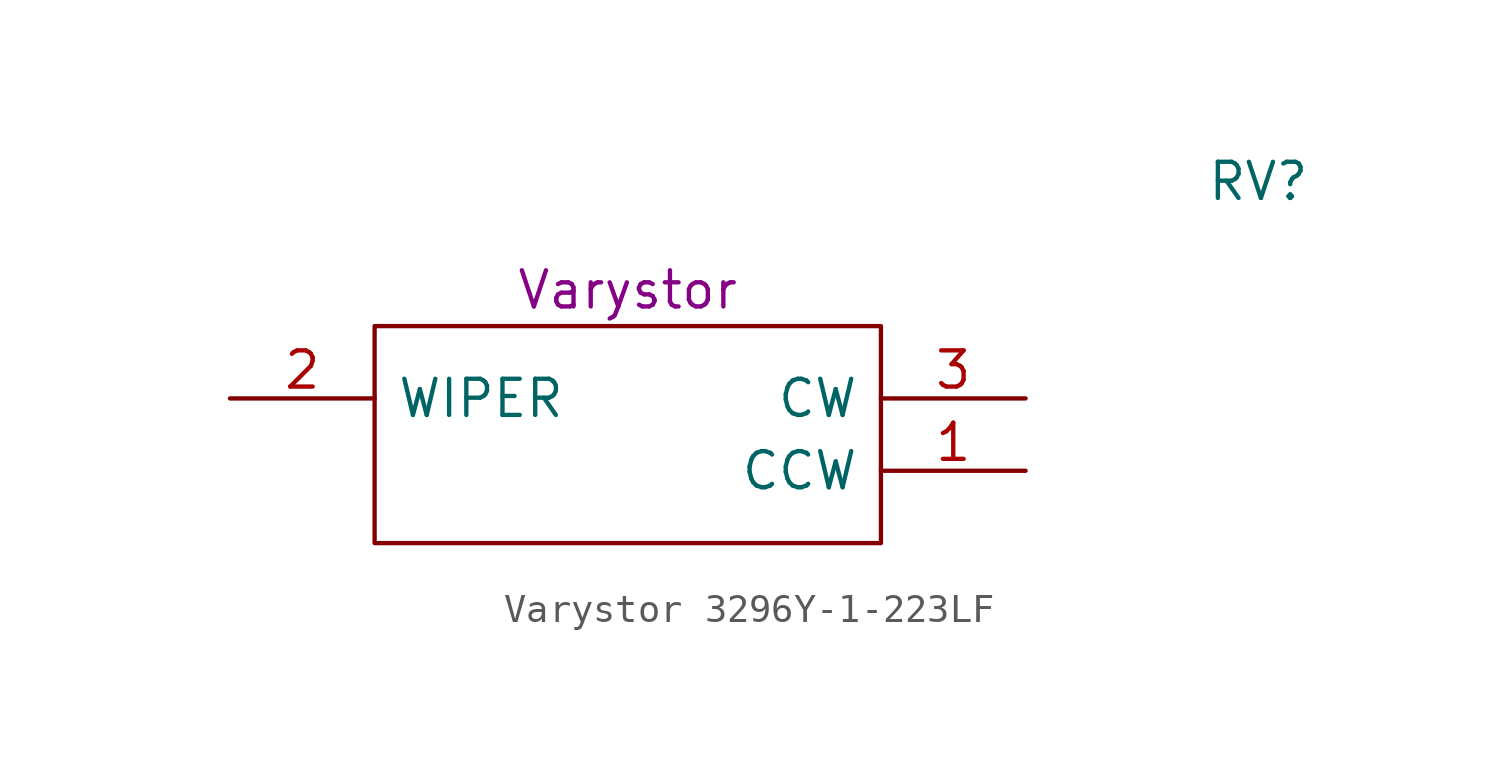
<source format=kicad_sym>
(kicad_symbol_lib
  (version 20220914)
  (generator kicad_symbol_editor)
  (symbol "Varystor 3296Y-1-223LF"
    (pin_names
      (offset 0.762))
    (property "Reference" "RV"
      (at 34.29 7.62 0)
      (effects (font (size 1.27 1.27)) (justify left)))
    (property "Render Name" "Varystor"
      (at 13.97 3.81 0)
      (effects (font (size 1.27 1.27))))
    (symbol "Varystor 3296Y-1-223LF_0_0"
      (pin passive line (at 27.94 -2.54 180) (length 5.08) (name "CCW" (effects (font (size 1.27 1.27)))) (number "1" (effects (font (size 1.27 1.27)))))
      (pin passive line (at 0 0 0) (length 5.08) (name "WIPER" (effects (font (size 1.27 1.27)))) (number "2" (effects (font (size 1.27 1.27)))))
      (pin passive line (at 27.94 0 180) (length 5.08) (name "CW" (effects (font (size 1.27 1.27)))) (number "3" (effects (font (size 1.27 1.27))))))
    (symbol "Varystor 3296Y-1-223LF_0_1"
      (polyline (pts (xy 5.08 2.54) (xy 22.86 2.54) (xy 22.86 -5.08) (xy 5.08 -5.08) (xy 5.08 2.54)) (stroke (width 0.152) (type default)) (fill (type none))))))
</source>
